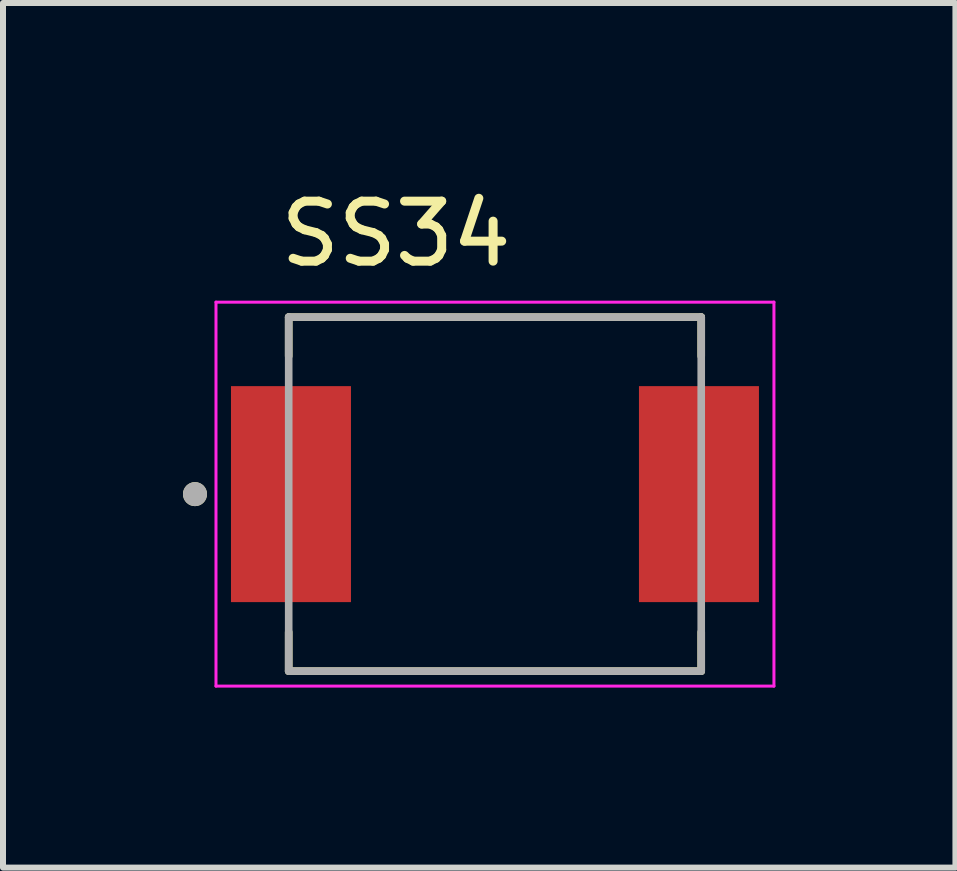
<source format=kicad_pcb>
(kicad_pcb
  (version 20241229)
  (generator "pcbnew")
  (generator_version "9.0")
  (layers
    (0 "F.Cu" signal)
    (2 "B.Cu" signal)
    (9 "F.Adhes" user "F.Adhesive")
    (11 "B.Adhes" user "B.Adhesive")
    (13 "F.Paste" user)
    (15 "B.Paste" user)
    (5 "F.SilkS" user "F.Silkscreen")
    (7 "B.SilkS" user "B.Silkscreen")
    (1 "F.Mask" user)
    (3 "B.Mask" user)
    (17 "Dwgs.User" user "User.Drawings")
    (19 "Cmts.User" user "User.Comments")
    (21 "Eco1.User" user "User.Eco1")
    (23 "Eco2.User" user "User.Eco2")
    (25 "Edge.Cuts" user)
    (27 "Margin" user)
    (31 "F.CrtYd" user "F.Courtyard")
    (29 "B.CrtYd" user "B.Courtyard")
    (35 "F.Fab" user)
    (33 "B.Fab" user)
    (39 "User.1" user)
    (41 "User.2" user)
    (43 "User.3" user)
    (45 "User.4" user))
  (footprint "SS34"
    (layer "F.Cu")
    (at 5.2 5.186)
    (property "Reference" "SS34" (at -1.65 -4.338 0) (layer "F.SilkS") (effects (font (size 1 1) (thickness 0.15))))
    (attr smd)
    (fp_line (start -3.438 -2.95) (end -3.438 -2.3) (stroke (width 0.127) (type solid)) (layer "F.SilkS"))
    (fp_line (start -3.438 2.95) (end -3.438 2.3) (stroke (width 0.127) (type solid)) (layer "F.SilkS"))
    (fp_line (start -3.438 2.95) (end 3.438 2.95) (stroke (width 0.127) (type solid)) (layer "F.SilkS"))
    (fp_line (start 3.438 -2.95) (end -3.438 -2.95) (stroke (width 0.127) (type solid)) (layer "F.SilkS"))
    (fp_line (start 3.438 -2.3) (end 3.438 -2.95) (stroke (width 0.127) (type solid)) (layer "F.SilkS"))
    (fp_line (start 3.438 2.95) (end 3.438 2.3) (stroke (width 0.127) (type solid)) (layer "F.SilkS"))
    (fp_circle (center -5 0) (end -4.9 0) (stroke (width 0.2) (type solid)) (fill no) (layer "F.SilkS"))
    (fp_line (start -4.65 -3.2) (end -4.65 3.2) (stroke (width 0.05) (type solid)) (layer "F.CrtYd"))
    (fp_line (start -4.65 3.2) (end 4.65 3.2) (stroke (width 0.05) (type solid)) (layer "F.CrtYd"))
    (fp_line (start 4.65 -3.2) (end -4.65 -3.2) (stroke (width 0.05) (type solid)) (layer "F.CrtYd"))
    (fp_line (start 4.65 3.2) (end 4.65 -3.2) (stroke (width 0.05) (type solid)) (layer "F.CrtYd"))
    (fp_line (start -3.438 -2.95) (end -3.438 2.95) (stroke (width 0.127) (type solid)) (layer "F.Fab"))
    (fp_line (start -3.438 2.95) (end 3.438 2.95) (stroke (width 0.127) (type solid)) (layer "F.Fab"))
    (fp_line (start 3.438 -2.95) (end -3.438 -2.95) (stroke (width 0.127) (type solid)) (layer "F.Fab"))
    (fp_line (start 3.438 2.95) (end 3.438 -2.95) (stroke (width 0.127) (type solid)) (layer "F.Fab"))
    (fp_circle (center -5 0) (end -4.9 0) (stroke (width 0.2) (type solid)) (fill no) (layer "F.Fab"))
    (pad "A" smd rect (at 3.4 0) (size 2 3.6) (layers "F.Cu" "F.Mask" "F.Paste"))
    (pad "C" smd rect (at -3.4 0) (size 2 3.6) (layers "F.Cu" "F.Mask" "F.Paste")))
  (gr_rect
    (start -3 -3)
    (end 12.875 11.411)
    (stroke (width 0.1) (type default))
    (fill no)
    (layer "Edge.Cuts")))
</source>
